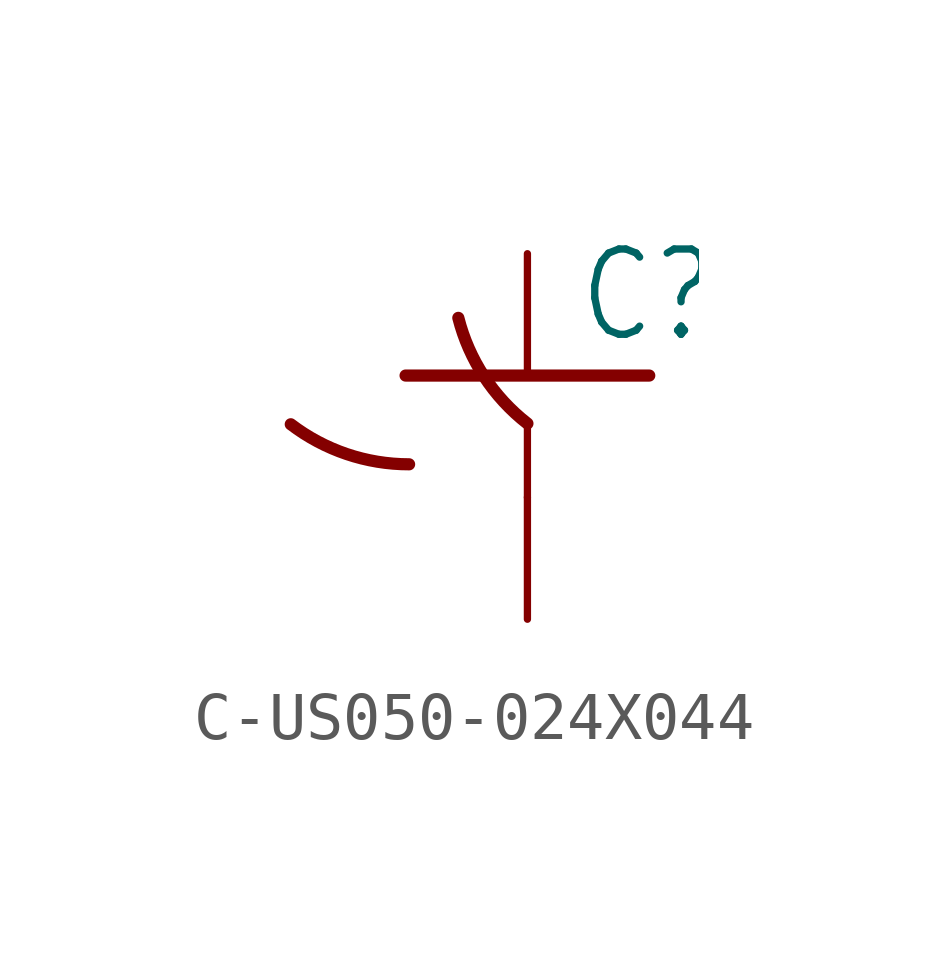
<source format=kicad_sym>
(kicad_symbol_lib
  (version 20241209)
  (generator "kicad_symbol_editor")
  (generator_version "9.0")
  (symbol "C-US050-024X044"
    (property "Reference" "C"
      (at 1.016 0.635 0)
      (effects (font (size 1.778 1.511)) (justify left bottom)))
    (property "Value" ""
      (at 1.016 -4.191 0)
      (effects (font (size 1.778 1.511)) (justify left bottom)))
    (property "ki_locked" ""
      (at 0 0 0)
      (effects (font (size 1.27 1.27))))
    (symbol "C-US050-024X044_1_0"
      (polyline (pts (xy -2.54 0) (xy 2.54 0)) (stroke (width 0.254) (type solid)) (fill (type none)))
      (arc (start -2.4668 -1.8504) (mid -3.7688 -1.6361) (end -4.9335 -1.016) (stroke (width 0.254) (type solid)) (fill (type none)))
      (polyline (pts (xy 0 -1.016) (xy 0 -2.54)) (stroke (width 0.152) (type solid)) (fill (type none)))
      (arc (start 0 -1) (mid -0.9038 -0.0189) (end -1.4403 1.2025) (stroke (width 0.254) (type solid)) (fill (type none)))
      (pin passive line (at 0 2.54 270) (length 2.54) (name "1" (effects (font (size 0 0)))) (number "1" (effects (font (size 0 0)))))
      (pin passive line (at 0 -5.08 90) (length 2.54) (name "2" (effects (font (size 0 0)))) (number "2" (effects (font (size 0 0))))))))
</source>
